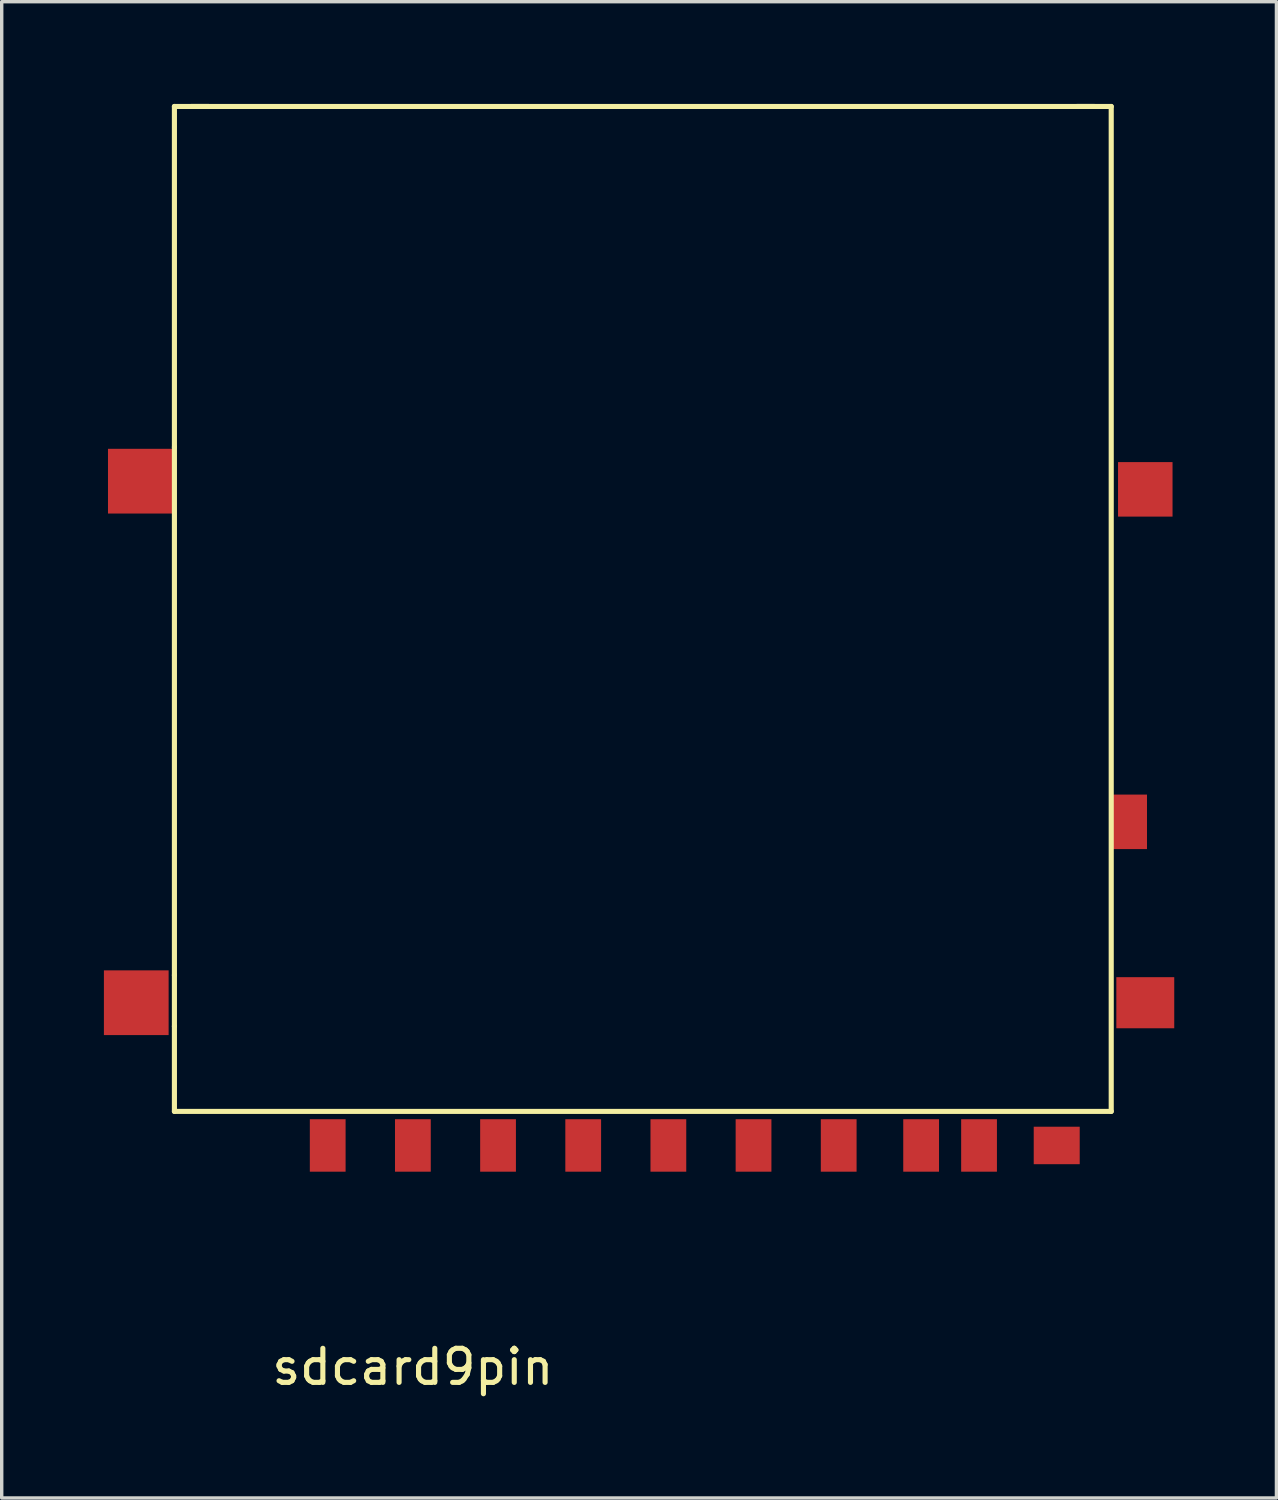
<source format=kicad_pcb>
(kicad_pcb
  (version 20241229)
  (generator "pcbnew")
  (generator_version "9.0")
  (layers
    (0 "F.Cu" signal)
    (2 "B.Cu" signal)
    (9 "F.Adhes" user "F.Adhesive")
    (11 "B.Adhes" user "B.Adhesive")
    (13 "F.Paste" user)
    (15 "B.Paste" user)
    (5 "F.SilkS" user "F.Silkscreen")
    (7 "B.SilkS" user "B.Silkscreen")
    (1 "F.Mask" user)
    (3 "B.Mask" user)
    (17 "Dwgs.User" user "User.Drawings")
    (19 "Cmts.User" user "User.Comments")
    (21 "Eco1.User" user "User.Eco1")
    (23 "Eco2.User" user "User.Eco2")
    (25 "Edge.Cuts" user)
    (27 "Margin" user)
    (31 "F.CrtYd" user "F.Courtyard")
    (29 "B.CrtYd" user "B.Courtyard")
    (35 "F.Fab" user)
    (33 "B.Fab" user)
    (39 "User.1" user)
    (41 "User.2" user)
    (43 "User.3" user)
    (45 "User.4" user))
  (footprint "sdcard9pin"
    (layer "F.Cu")
    (at 6.57 30.575)
    (property "Reference" "sdcard9pin" (at 2.5 6.5 0) (layer "F.SilkS") (effects (font (size 1 1) (thickness 0.15))))
    (attr through_hole)
    (fp_line (start -4.5 -30.5) (end -3.5 -30.5) (stroke (width 0.15) (type solid)) (layer "F.SilkS"))
    (fp_line (start -4.5 -20.5) (end -4.5 -30.5) (stroke (width 0.15) (type solid)) (layer "F.SilkS"))
    (fp_line (start -4.5 -20.5) (end -4.5 -5) (stroke (width 0.15) (type solid)) (layer "F.SilkS"))
    (fp_line (start -4.5 -5) (end -4.5 -3.5) (stroke (width 0.15) (type solid)) (layer "F.SilkS"))
    (fp_line (start -4.5 -3.5) (end -4.5 -1) (stroke (width 0.15) (type solid)) (layer "F.SilkS"))
    (fp_line (start -4.5 -1) (end 23 -1) (stroke (width 0.15) (type solid)) (layer "F.SilkS"))
    (fp_line (start 22 -30.5) (end 23 -30.5) (stroke (width 0.15) (type solid)) (layer "F.SilkS"))
    (fp_line (start 22.5 -30.5) (end -4 -30.5) (stroke (width 0.15) (type solid)) (layer "F.SilkS"))
    (fp_line (start 23 -30.5) (end 23 -1) (stroke (width 0.15) (type solid)) (layer "F.SilkS"))
    (pad "1" smd rect (at 0 0) (size 1.05 1.54) (layers "F.Cu" "F.Mask" "F.Paste"))
    (pad "2" smd rect (at 2.5 0) (size 1.05 1.54) (layers "F.Cu" "F.Mask" "F.Paste"))
    (pad "3" smd rect (at 5 0) (size 1.05 1.54) (layers "F.Cu" "F.Mask" "F.Paste"))
    (pad "4" smd rect (at 7.5 0) (size 1.05 1.54) (layers "F.Cu" "F.Mask" "F.Paste"))
    (pad "5" smd rect (at 10 0) (size 1.05 1.54) (layers "F.Cu" "F.Mask" "F.Paste"))
    (pad "6" smd rect (at 12.5 0) (size 1.05 1.54) (layers "F.Cu" "F.Mask" "F.Paste"))
    (pad "7" smd rect (at 15 0) (size 1.05 1.54) (layers "F.Cu" "F.Mask" "F.Paste"))
    (pad "8" smd rect (at 17.42 0) (size 1.05 1.54) (layers "F.Cu" "F.Mask" "F.Paste"))
    (pad "9" smd rect (at 19.12 0) (size 1.05 1.54) (layers "F.Cu" "F.Mask" "F.Paste"))
    (pad "10" smd rect (at 21.4 0) (size 1.35 1.1) (layers "F.Cu" "F.Mask" "F.Paste"))
    (pad "11" smd rect (at 24 -4.19) (size 1.7 1.5) (layers "F.Cu" "F.Mask" "F.Paste"))
    (pad "12" smd rect (at 23.5 -9.5) (size 1.1 1.6) (layers "F.Cu" "F.Mask" "F.Paste"))
    (pad "13" smd rect (at 24 -19.26) (size 1.6 1.6) (layers "F.Cu" "F.Mask" "F.Paste"))
    (pad "14" smd rect (at -5.62 -4.19) (size 1.9 1.9) (layers "F.Cu" "F.Mask" "F.Paste"))
    (pad "15" smd rect (at -5.5 -19.5) (size 1.9 1.9) (layers "F.Cu" "F.Mask" "F.Paste")))
  (gr_rect
    (start -3 -3)
    (end 34.42 40.923)
    (stroke (width 0.1) (type default))
    (fill no)
    (layer "Edge.Cuts")))
</source>
